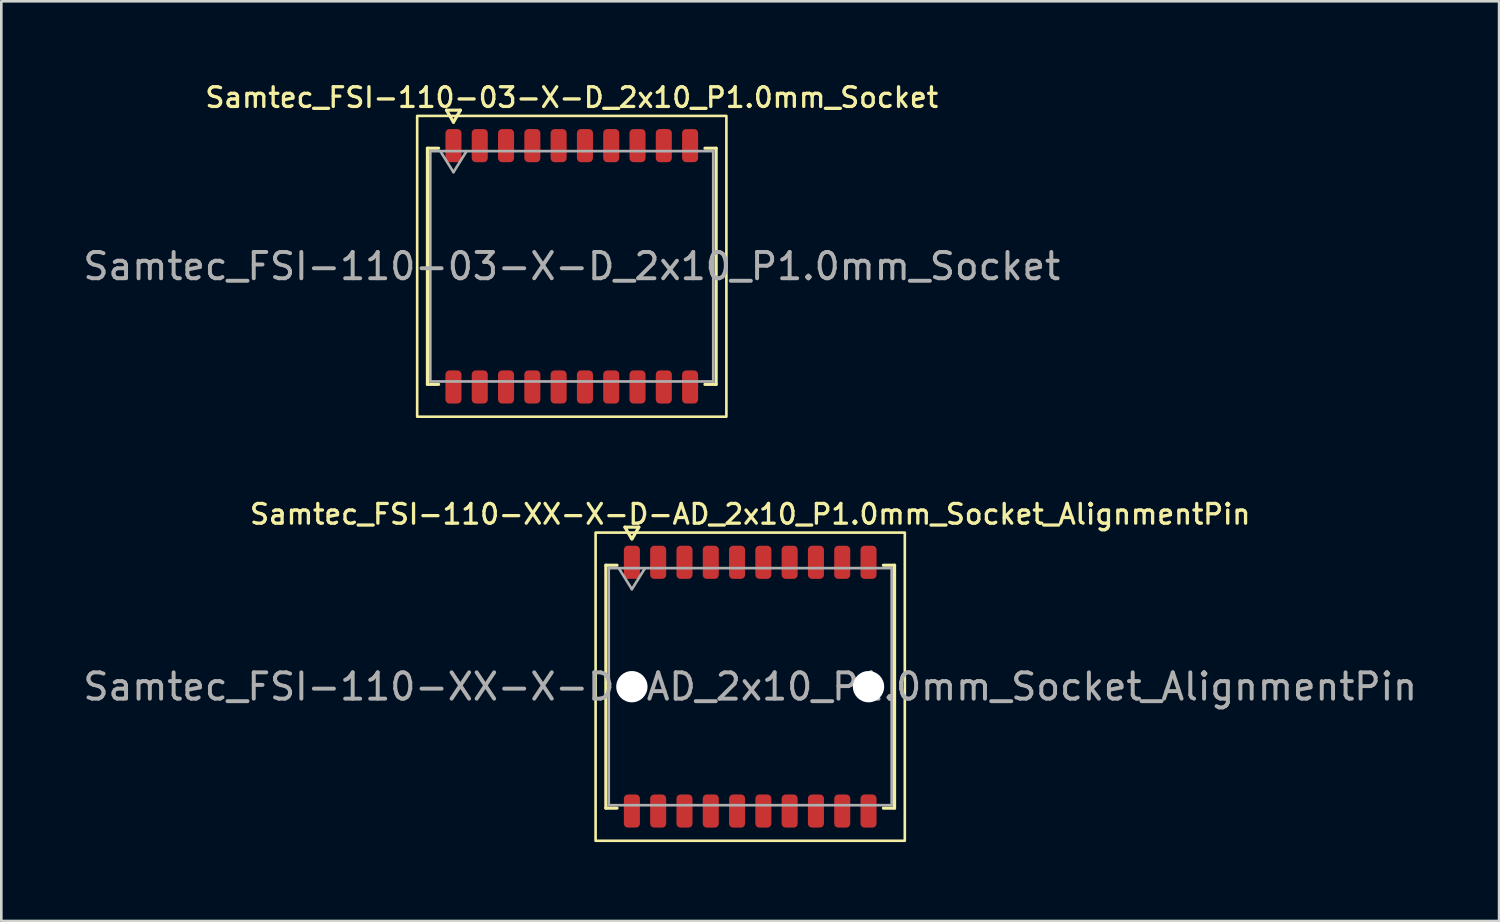
<source format=kicad_pcb>
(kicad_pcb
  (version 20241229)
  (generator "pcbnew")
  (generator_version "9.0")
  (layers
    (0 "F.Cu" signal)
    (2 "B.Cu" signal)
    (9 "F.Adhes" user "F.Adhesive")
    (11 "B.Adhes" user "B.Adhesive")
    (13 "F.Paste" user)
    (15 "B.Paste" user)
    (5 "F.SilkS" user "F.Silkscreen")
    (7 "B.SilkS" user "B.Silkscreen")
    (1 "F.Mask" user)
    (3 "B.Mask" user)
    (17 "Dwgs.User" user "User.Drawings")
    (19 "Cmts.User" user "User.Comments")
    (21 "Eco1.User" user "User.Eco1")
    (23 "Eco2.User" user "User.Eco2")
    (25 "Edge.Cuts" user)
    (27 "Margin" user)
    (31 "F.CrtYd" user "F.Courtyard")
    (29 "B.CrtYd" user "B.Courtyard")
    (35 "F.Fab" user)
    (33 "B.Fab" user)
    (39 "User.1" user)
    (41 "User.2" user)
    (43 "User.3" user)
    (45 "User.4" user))
  (footprint "Samtec_FSI-110-XX-X-D-AD_2x10_P1.0mm_Socket_AlignmentPin"
    (layer "F.Cu")
    (at 25.482 23.066)
    (property "Reference" "Samtec_FSI-110-XX-X-D-AD_2x10_P1.0mm_Socket_AlignmentPin" (at 0 -6.56 0) (layer "F.SilkS") (effects (font (size 0.75 0.75) (thickness 0.125))))
    (attr smd)
    (fp_line (start -5.49 -4.619) (end -5.065 -4.619) (stroke (width 0.12) (type solid)) (layer "F.SilkS"))
    (fp_line (start -5.49 4.619) (end -5.49 -4.619) (stroke (width 0.12) (type solid)) (layer "F.SilkS"))
    (fp_line (start -5.065 4.619) (end -5.49 4.619) (stroke (width 0.12) (type solid)) (layer "F.SilkS"))
    (fp_line (start -4.764 -6.066) (end -4.507 -5.62) (stroke (width 0.12) (type solid)) (layer "F.SilkS"))
    (fp_line (start -4.493 -5.62) (end -4.236 -6.066) (stroke (width 0.12) (type solid)) (layer "F.SilkS"))
    (fp_line (start -4.236 -6.066) (end -4.764 -6.066) (stroke (width 0.12) (type solid)) (layer "F.SilkS"))
    (fp_line (start 5.065 -4.619) (end 5.49 -4.619) (stroke (width 0.12) (type solid)) (layer "F.SilkS"))
    (fp_line (start 5.49 -4.619) (end 5.49 4.619) (stroke (width 0.12) (type solid)) (layer "F.SilkS"))
    (fp_line (start 5.49 4.619) (end 5.065 4.619) (stroke (width 0.12) (type solid)) (layer "F.SilkS"))
    (fp_rect (start -5.88 -5.86) (end 5.88 5.86) (stroke (width 0.1) (type solid)) (fill no) (layer "F.SilkS"))
    (fp_line (start -5.38 -4.508) (end 5.38 -4.508) (stroke (width 0.1) (type solid)) (layer "F.Fab"))
    (fp_line (start -5.38 4.508) (end -5.38 -4.508) (stroke (width 0.1) (type solid)) (layer "F.Fab"))
    (fp_line (start -5 -4.508) (end -4.5 -3.708) (stroke (width 0.1) (type solid)) (layer "F.Fab"))
    (fp_line (start -4.5 -3.708) (end -4 -4.508) (stroke (width 0.1) (type solid)) (layer "F.Fab"))
    (fp_line (start 5.38 -4.508) (end 5.38 4.508) (stroke (width 0.1) (type solid)) (layer "F.Fab"))
    (fp_line (start 5.38 4.508) (end -5.38 4.508) (stroke (width 0.1) (type solid)) (layer "F.Fab"))
    (fp_text user "${REFERENCE}" (at 0 0 0) (layer "F.Fab") (effects (font (size 1 1) (thickness 0.15))))
    (pad "" np_thru_hole circle (at -4.5 0) (size 1.19 1.19) (drill 1.19) (layers "*.Cu" "*.Mask"))
    (pad "" np_thru_hole circle (at 4.5 0) (size 1.19 1.19) (drill 1.19) (layers "*.Cu" "*.Mask"))
    (pad "1" smd roundrect (at -4.5 -4.73) (size 0.61 1.26) (layers "F.Cu" "F.Mask" "F.Paste") (roundrect_rratio 0.25))
    (pad "2" smd roundrect (at -4.5 4.73) (size 0.61 1.26) (layers "F.Cu" "F.Mask" "F.Paste") (roundrect_rratio 0.25))
    (pad "3" smd roundrect (at -3.5 -4.73) (size 0.61 1.26) (layers "F.Cu" "F.Mask" "F.Paste") (roundrect_rratio 0.25))
    (pad "4" smd roundrect (at -3.5 4.73) (size 0.61 1.26) (layers "F.Cu" "F.Mask" "F.Paste") (roundrect_rratio 0.25))
    (pad "5" smd roundrect (at -2.5 -4.73) (size 0.61 1.26) (layers "F.Cu" "F.Mask" "F.Paste") (roundrect_rratio 0.25))
    (pad "6" smd roundrect (at -2.5 4.73) (size 0.61 1.26) (layers "F.Cu" "F.Mask" "F.Paste") (roundrect_rratio 0.25))
    (pad "7" smd roundrect (at -1.5 -4.73) (size 0.61 1.26) (layers "F.Cu" "F.Mask" "F.Paste") (roundrect_rratio 0.25))
    (pad "8" smd roundrect (at -1.5 4.73) (size 0.61 1.26) (layers "F.Cu" "F.Mask" "F.Paste") (roundrect_rratio 0.25))
    (pad "9" smd roundrect (at -0.5 -4.73) (size 0.61 1.26) (layers "F.Cu" "F.Mask" "F.Paste") (roundrect_rratio 0.25))
    (pad "10" smd roundrect (at -0.5 4.73) (size 0.61 1.26) (layers "F.Cu" "F.Mask" "F.Paste") (roundrect_rratio 0.25))
    (pad "11" smd roundrect (at 0.5 -4.73) (size 0.61 1.26) (layers "F.Cu" "F.Mask" "F.Paste") (roundrect_rratio 0.25))
    (pad "12" smd roundrect (at 0.5 4.73) (size 0.61 1.26) (layers "F.Cu" "F.Mask" "F.Paste") (roundrect_rratio 0.25))
    (pad "13" smd roundrect (at 1.5 -4.73) (size 0.61 1.26) (layers "F.Cu" "F.Mask" "F.Paste") (roundrect_rratio 0.25))
    (pad "14" smd roundrect (at 1.5 4.73) (size 0.61 1.26) (layers "F.Cu" "F.Mask" "F.Paste") (roundrect_rratio 0.25))
    (pad "15" smd roundrect (at 2.5 -4.73) (size 0.61 1.26) (layers "F.Cu" "F.Mask" "F.Paste") (roundrect_rratio 0.25))
    (pad "16" smd roundrect (at 2.5 4.73) (size 0.61 1.26) (layers "F.Cu" "F.Mask" "F.Paste") (roundrect_rratio 0.25))
    (pad "17" smd roundrect (at 3.5 -4.73) (size 0.61 1.26) (layers "F.Cu" "F.Mask" "F.Paste") (roundrect_rratio 0.25))
    (pad "18" smd roundrect (at 3.5 4.73) (size 0.61 1.26) (layers "F.Cu" "F.Mask" "F.Paste") (roundrect_rratio 0.25))
    (pad "19" smd roundrect (at 4.5 -4.73) (size 0.61 1.26) (layers "F.Cu" "F.Mask" "F.Paste") (roundrect_rratio 0.25))
    (pad "20" smd roundrect (at 4.5 4.73) (size 0.61 1.26) (layers "F.Cu" "F.Mask" "F.Paste") (roundrect_rratio 0.25)))
  (footprint "Samtec_FSI-110-03-X-D_2x10_P1.0mm_Socket"
    (layer "F.Cu")
    (at 18.696 7.078)
    (property "Reference" "Samtec_FSI-110-03-X-D_2x10_P1.0mm_Socket" (at 0 -6.42 0) (layer "F.SilkS") (effects (font (size 0.75 0.75) (thickness 0.125))))
    (attr smd)
    (fp_line (start -5.49 -4.49) (end -5.065 -4.49) (stroke (width 0.12) (type solid)) (layer "F.SilkS"))
    (fp_line (start -5.49 4.49) (end -5.49 -4.49) (stroke (width 0.12) (type solid)) (layer "F.SilkS"))
    (fp_line (start -5.065 4.49) (end -5.49 4.49) (stroke (width 0.12) (type solid)) (layer "F.SilkS"))
    (fp_line (start -4.764 -5.938) (end -4.5 -5.48) (stroke (width 0.12) (type solid)) (layer "F.SilkS"))
    (fp_line (start -4.5 -5.48) (end -4.236 -5.938) (stroke (width 0.12) (type solid)) (layer "F.SilkS"))
    (fp_line (start -4.236 -5.938) (end -4.764 -5.938) (stroke (width 0.12) (type solid)) (layer "F.SilkS"))
    (fp_line (start 5.065 -4.49) (end 5.49 -4.49) (stroke (width 0.12) (type solid)) (layer "F.SilkS"))
    (fp_line (start 5.49 -4.49) (end 5.49 4.49) (stroke (width 0.12) (type solid)) (layer "F.SilkS"))
    (fp_line (start 5.49 4.49) (end 5.065 4.49) (stroke (width 0.12) (type solid)) (layer "F.SilkS"))
    (fp_rect (start -5.88 -5.72) (end 5.88 5.72) (stroke (width 0.1) (type solid)) (fill no) (layer "F.SilkS"))
    (fp_line (start -5.38 -4.38) (end 5.38 -4.38) (stroke (width 0.1) (type solid)) (layer "F.Fab"))
    (fp_line (start -5.38 4.38) (end -5.38 -4.38) (stroke (width 0.1) (type solid)) (layer "F.Fab"))
    (fp_line (start -5 -4.38) (end -4.5 -3.58) (stroke (width 0.1) (type solid)) (layer "F.Fab"))
    (fp_line (start -4.5 -3.58) (end -4 -4.38) (stroke (width 0.1) (type solid)) (layer "F.Fab"))
    (fp_line (start 5.38 -4.38) (end 5.38 4.38) (stroke (width 0.1) (type solid)) (layer "F.Fab"))
    (fp_line (start 5.38 4.38) (end -5.38 4.38) (stroke (width 0.1) (type solid)) (layer "F.Fab"))
    (fp_text user "${REFERENCE}" (at 0 0 0) (layer "F.Fab") (effects (font (size 1 1) (thickness 0.15))))
    (pad "1" smd roundrect (at -4.5 -4.59) (size 0.61 1.26) (layers "F.Cu" "F.Mask" "F.Paste") (roundrect_rratio 0.25))
    (pad "2" smd roundrect (at -4.5 4.59) (size 0.61 1.26) (layers "F.Cu" "F.Mask" "F.Paste") (roundrect_rratio 0.25))
    (pad "3" smd roundrect (at -3.5 -4.59) (size 0.61 1.26) (layers "F.Cu" "F.Mask" "F.Paste") (roundrect_rratio 0.25))
    (pad "4" smd roundrect (at -3.5 4.59) (size 0.61 1.26) (layers "F.Cu" "F.Mask" "F.Paste") (roundrect_rratio 0.25))
    (pad "5" smd roundrect (at -2.5 -4.59) (size 0.61 1.26) (layers "F.Cu" "F.Mask" "F.Paste") (roundrect_rratio 0.25))
    (pad "6" smd roundrect (at -2.5 4.59) (size 0.61 1.26) (layers "F.Cu" "F.Mask" "F.Paste") (roundrect_rratio 0.25))
    (pad "7" smd roundrect (at -1.5 -4.59) (size 0.61 1.26) (layers "F.Cu" "F.Mask" "F.Paste") (roundrect_rratio 0.25))
    (pad "8" smd roundrect (at -1.5 4.59) (size 0.61 1.26) (layers "F.Cu" "F.Mask" "F.Paste") (roundrect_rratio 0.25))
    (pad "9" smd roundrect (at -0.5 -4.59) (size 0.61 1.26) (layers "F.Cu" "F.Mask" "F.Paste") (roundrect_rratio 0.25))
    (pad "10" smd roundrect (at -0.5 4.59) (size 0.61 1.26) (layers "F.Cu" "F.Mask" "F.Paste") (roundrect_rratio 0.25))
    (pad "11" smd roundrect (at 0.5 -4.59) (size 0.61 1.26) (layers "F.Cu" "F.Mask" "F.Paste") (roundrect_rratio 0.25))
    (pad "12" smd roundrect (at 0.5 4.59) (size 0.61 1.26) (layers "F.Cu" "F.Mask" "F.Paste") (roundrect_rratio 0.25))
    (pad "13" smd roundrect (at 1.5 -4.59) (size 0.61 1.26) (layers "F.Cu" "F.Mask" "F.Paste") (roundrect_rratio 0.25))
    (pad "14" smd roundrect (at 1.5 4.59) (size 0.61 1.26) (layers "F.Cu" "F.Mask" "F.Paste") (roundrect_rratio 0.25))
    (pad "15" smd roundrect (at 2.5 -4.59) (size 0.61 1.26) (layers "F.Cu" "F.Mask" "F.Paste") (roundrect_rratio 0.25))
    (pad "16" smd roundrect (at 2.5 4.59) (size 0.61 1.26) (layers "F.Cu" "F.Mask" "F.Paste") (roundrect_rratio 0.25))
    (pad "17" smd roundrect (at 3.5 -4.59) (size 0.61 1.26) (layers "F.Cu" "F.Mask" "F.Paste") (roundrect_rratio 0.25))
    (pad "18" smd roundrect (at 3.5 4.59) (size 0.61 1.26) (layers "F.Cu" "F.Mask" "F.Paste") (roundrect_rratio 0.25))
    (pad "19" smd roundrect (at 4.5 -4.59) (size 0.61 1.26) (layers "F.Cu" "F.Mask" "F.Paste") (roundrect_rratio 0.25))
    (pad "20" smd roundrect (at 4.5 4.59) (size 0.61 1.26) (layers "F.Cu" "F.Mask" "F.Paste") (roundrect_rratio 0.25)))
  (gr_rect
    (start -3 -3)
    (end 53.964 31.976)
    (stroke (width 0.1) (type default))
    (fill no)
    (layer "Edge.Cuts")))
</source>
